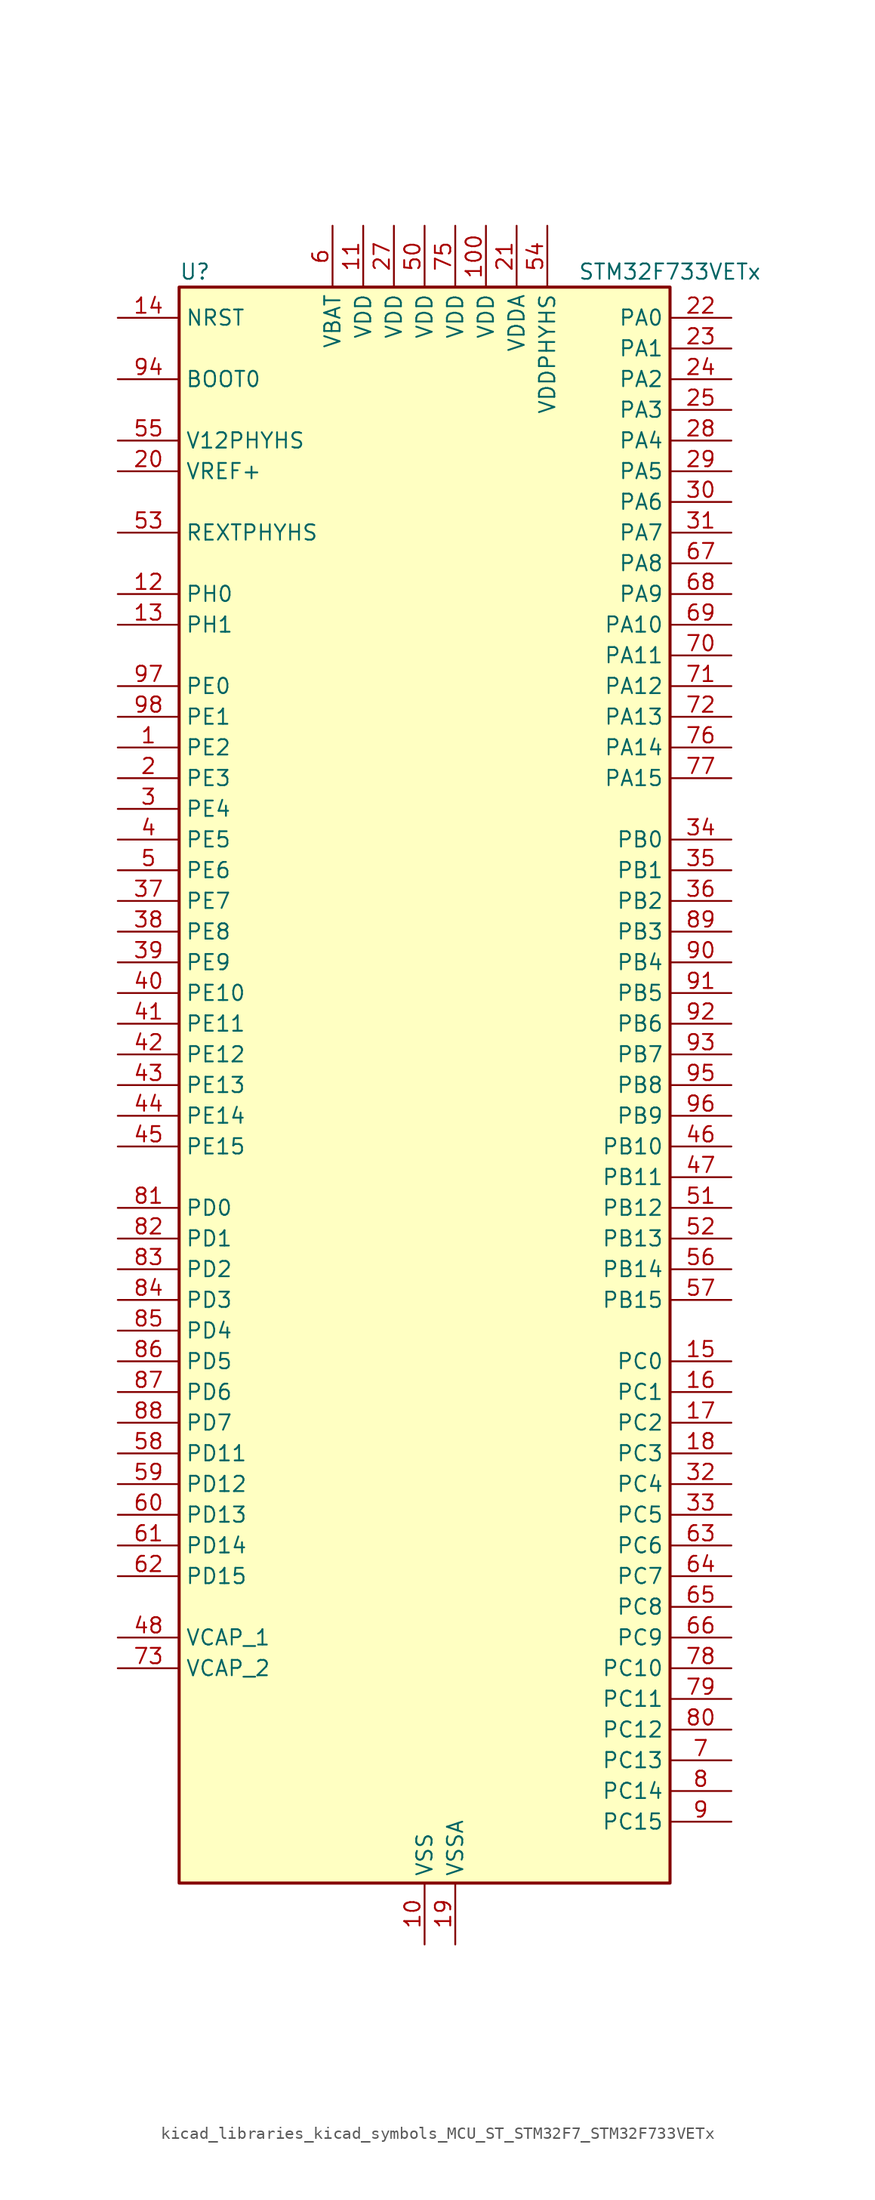
<source format=kicad_sym>
(kicad_symbol_lib
  (version 20220914)
  (generator kicad_symbol_editor)
  (symbol "kicad_libraries_kicad_symbols_MCU_ST_STM32F7_STM32F733VETx"
    (property "Reference" "U"
      (at -20.32 67.31 0)
      (effects (font (size 1.27 1.27)) (justify left)))
    (property "Value" "STM32F733VETx"
      (at 12.7 67.31 0)
      (effects (font (size 1.27 1.27)) (justify left)))
    (property "ki_locked" ""
      (at 0 0 0)
      (effects (font (size 1.27 1.27))))
    (symbol "kicad_libraries_kicad_symbols_MCU_ST_STM32F7_STM32F733VETx_0_1"
      (rectangle (start -20.32 -66.04) (end 20.32 66.04) (stroke (width 0.254) (type default)) (fill (type background))))
    (symbol "kicad_libraries_kicad_symbols_MCU_ST_STM32F7_STM32F733VETx_1_1"
      (pin bidirectional line (at -25.4 27.94 0) (length 5.08) (name "PE2" (effects (font (size 1.27 1.27)))) (number "1" (effects (font (size 1.27 1.27)))) (alternate "FMC_A23" bidirectional line) (alternate "QUADSPI_BK1_IO2" bidirectional line) (alternate "SAI1_MCLK_A" bidirectional line) (alternate "SPI4_SCK" bidirectional line) (alternate "SYS_TRACECLK" bidirectional line))
      (pin power_in line (at 0 -71.12 90) (length 5.08) (name "VSS" (effects (font (size 1.27 1.27)))) (number "10" (effects (font (size 1.27 1.27)))))
      (pin power_in line (at 5.08 71.12 270) (length 5.08) (name "VDD" (effects (font (size 1.27 1.27)))) (number "100" (effects (font (size 1.27 1.27)))))
      (pin power_in line (at -5.08 71.12 270) (length 5.08) (name "VDD" (effects (font (size 1.27 1.27)))) (number "11" (effects (font (size 1.27 1.27)))))
      (pin bidirectional line (at -25.4 40.64 0) (length 5.08) (name "PH0" (effects (font (size 1.27 1.27)))) (number "12" (effects (font (size 1.27 1.27)))) (alternate "RCC_OSC_IN" bidirectional line))
      (pin bidirectional line (at -25.4 38.1 0) (length 5.08) (name "PH1" (effects (font (size 1.27 1.27)))) (number "13" (effects (font (size 1.27 1.27)))) (alternate "RCC_OSC_OUT" bidirectional line))
      (pin input line (at -25.4 63.5 0) (length 5.08) (name "NRST" (effects (font (size 1.27 1.27)))) (number "14" (effects (font (size 1.27 1.27)))))
      (pin bidirectional line (at 25.4 -22.86 180) (length 5.08) (name "PC0" (effects (font (size 1.27 1.27)))) (number "15" (effects (font (size 1.27 1.27)))) (alternate "ADC1_IN10" bidirectional line) (alternate "ADC2_IN10" bidirectional line) (alternate "ADC3_IN10" bidirectional line) (alternate "FMC_SDNWE" bidirectional line) (alternate "SAI2_FS_B" bidirectional line))
      (pin bidirectional line (at 25.4 -25.4 180) (length 5.08) (name "PC1" (effects (font (size 1.27 1.27)))) (number "16" (effects (font (size 1.27 1.27)))) (alternate "ADC1_IN11" bidirectional line) (alternate "ADC2_IN11" bidirectional line) (alternate "ADC3_IN11" bidirectional line) (alternate "I2S2_SD" bidirectional line) (alternate "RTC_TAMP3" bidirectional line) (alternate "RTC_TS" bidirectional line) (alternate "SAI1_SD_A" bidirectional line) (alternate "SPI2_MOSI" bidirectional line) (alternate "SYS_TRACED0" bidirectional line) (alternate "SYS_WKUP3" bidirectional line))
      (pin bidirectional line (at 25.4 -27.94 180) (length 5.08) (name "PC2" (effects (font (size 1.27 1.27)))) (number "17" (effects (font (size 1.27 1.27)))) (alternate "ADC1_IN12" bidirectional line) (alternate "ADC2_IN12" bidirectional line) (alternate "ADC3_IN12" bidirectional line) (alternate "FMC_SDNE0" bidirectional line) (alternate "SPI2_MISO" bidirectional line))
      (pin bidirectional line (at 25.4 -30.48 180) (length 5.08) (name "PC3" (effects (font (size 1.27 1.27)))) (number "18" (effects (font (size 1.27 1.27)))) (alternate "ADC1_IN13" bidirectional line) (alternate "ADC2_IN13" bidirectional line) (alternate "ADC3_IN13" bidirectional line) (alternate "FMC_SDCKE0" bidirectional line) (alternate "I2S2_SD" bidirectional line) (alternate "SPI2_MOSI" bidirectional line))
      (pin power_in line (at 2.54 -71.12 90) (length 5.08) (name "VSSA" (effects (font (size 1.27 1.27)))) (number "19" (effects (font (size 1.27 1.27)))))
      (pin bidirectional line (at -25.4 25.4 0) (length 5.08) (name "PE3" (effects (font (size 1.27 1.27)))) (number "2" (effects (font (size 1.27 1.27)))) (alternate "FMC_A19" bidirectional line) (alternate "SAI1_SD_B" bidirectional line) (alternate "SYS_TRACED0" bidirectional line))
      (pin input line (at -25.4 50.8 0) (length 5.08) (name "VREF+" (effects (font (size 1.27 1.27)))) (number "20" (effects (font (size 1.27 1.27)))))
      (pin power_in line (at 7.62 71.12 270) (length 5.08) (name "VDDA" (effects (font (size 1.27 1.27)))) (number "21" (effects (font (size 1.27 1.27)))))
      (pin bidirectional line (at 25.4 63.5 180) (length 5.08) (name "PA0" (effects (font (size 1.27 1.27)))) (number "22" (effects (font (size 1.27 1.27)))) (alternate "ADC1_IN0" bidirectional line) (alternate "ADC2_IN0" bidirectional line) (alternate "ADC3_IN0" bidirectional line) (alternate "SAI2_SD_B" bidirectional line) (alternate "SYS_WKUP1" bidirectional line) (alternate "TIM2_CH1" bidirectional line) (alternate "TIM2_ETR" bidirectional line) (alternate "TIM5_CH1" bidirectional line) (alternate "TIM8_ETR" bidirectional line) (alternate "UART4_TX" bidirectional line) (alternate "USART2_CTS" bidirectional line))
      (pin bidirectional line (at 25.4 60.96 180) (length 5.08) (name "PA1" (effects (font (size 1.27 1.27)))) (number "23" (effects (font (size 1.27 1.27)))) (alternate "ADC1_IN1" bidirectional line) (alternate "ADC2_IN1" bidirectional line) (alternate "ADC3_IN1" bidirectional line) (alternate "QUADSPI_BK1_IO3" bidirectional line) (alternate "SAI2_MCLK_B" bidirectional line) (alternate "TIM2_CH2" bidirectional line) (alternate "TIM5_CH2" bidirectional line) (alternate "UART4_RX" bidirectional line) (alternate "USART2_DE" bidirectional line) (alternate "USART2_RTS" bidirectional line))
      (pin bidirectional line (at 25.4 58.42 180) (length 5.08) (name "PA2" (effects (font (size 1.27 1.27)))) (number "24" (effects (font (size 1.27 1.27)))) (alternate "ADC1_IN2" bidirectional line) (alternate "ADC2_IN2" bidirectional line) (alternate "ADC3_IN2" bidirectional line) (alternate "SAI2_SCK_B" bidirectional line) (alternate "SYS_WKUP2" bidirectional line) (alternate "TIM2_CH3" bidirectional line) (alternate "TIM5_CH3" bidirectional line) (alternate "TIM9_CH1" bidirectional line) (alternate "USART2_TX" bidirectional line))
      (pin bidirectional line (at 25.4 55.88 180) (length 5.08) (name "PA3" (effects (font (size 1.27 1.27)))) (number "25" (effects (font (size 1.27 1.27)))) (alternate "ADC1_IN3" bidirectional line) (alternate "ADC2_IN3" bidirectional line) (alternate "ADC3_IN3" bidirectional line) (alternate "TIM2_CH4" bidirectional line) (alternate "TIM5_CH4" bidirectional line) (alternate "TIM9_CH2" bidirectional line) (alternate "USART2_RX" bidirectional line))
      (pin passive line (at 0 -71.12 90) (length 5.08) hide (name "VSS" (effects (font (size 1.27 1.27)))) (number "26" (effects (font (size 1.27 1.27)))))
      (pin power_in line (at -2.54 71.12 270) (length 5.08) (name "VDD" (effects (font (size 1.27 1.27)))) (number "27" (effects (font (size 1.27 1.27)))))
      (pin bidirectional line (at 25.4 53.34 180) (length 5.08) (name "PA4" (effects (font (size 1.27 1.27)))) (number "28" (effects (font (size 1.27 1.27)))) (alternate "ADC1_IN4" bidirectional line) (alternate "ADC2_IN4" bidirectional line) (alternate "DAC_OUT1" bidirectional line) (alternate "I2S1_WS" bidirectional line) (alternate "I2S3_WS" bidirectional line) (alternate "SPI1_NSS" bidirectional line) (alternate "SPI3_NSS" bidirectional line) (alternate "USART2_CK" bidirectional line) (alternate "USB_OTG_HS_SOF" bidirectional line))
      (pin bidirectional line (at 25.4 50.8 180) (length 5.08) (name "PA5" (effects (font (size 1.27 1.27)))) (number "29" (effects (font (size 1.27 1.27)))) (alternate "ADC1_IN5" bidirectional line) (alternate "ADC2_IN5" bidirectional line) (alternate "DAC_OUT2" bidirectional line) (alternate "I2S1_CK" bidirectional line) (alternate "SPI1_SCK" bidirectional line) (alternate "TIM2_CH1" bidirectional line) (alternate "TIM2_ETR" bidirectional line) (alternate "TIM8_CH1N" bidirectional line))
      (pin bidirectional line (at -25.4 22.86 0) (length 5.08) (name "PE4" (effects (font (size 1.27 1.27)))) (number "3" (effects (font (size 1.27 1.27)))) (alternate "FMC_A20" bidirectional line) (alternate "SAI1_FS_A" bidirectional line) (alternate "SPI4_NSS" bidirectional line) (alternate "SYS_TRACED1" bidirectional line))
      (pin bidirectional line (at 25.4 48.26 180) (length 5.08) (name "PA6" (effects (font (size 1.27 1.27)))) (number "30" (effects (font (size 1.27 1.27)))) (alternate "ADC1_IN6" bidirectional line) (alternate "ADC2_IN6" bidirectional line) (alternate "SPI1_MISO" bidirectional line) (alternate "TIM13_CH1" bidirectional line) (alternate "TIM1_BKIN" bidirectional line) (alternate "TIM3_CH1" bidirectional line) (alternate "TIM8_BKIN" bidirectional line))
      (pin bidirectional line (at 25.4 45.72 180) (length 5.08) (name "PA7" (effects (font (size 1.27 1.27)))) (number "31" (effects (font (size 1.27 1.27)))) (alternate "ADC1_IN7" bidirectional line) (alternate "ADC2_IN7" bidirectional line) (alternate "FMC_SDNWE" bidirectional line) (alternate "I2S1_SD" bidirectional line) (alternate "SPI1_MOSI" bidirectional line) (alternate "TIM14_CH1" bidirectional line) (alternate "TIM1_CH1N" bidirectional line) (alternate "TIM3_CH2" bidirectional line) (alternate "TIM8_CH1N" bidirectional line))
      (pin bidirectional line (at 25.4 -33.02 180) (length 5.08) (name "PC4" (effects (font (size 1.27 1.27)))) (number "32" (effects (font (size 1.27 1.27)))) (alternate "ADC1_IN14" bidirectional line) (alternate "ADC2_IN14" bidirectional line) (alternate "FMC_SDNE0" bidirectional line) (alternate "I2S1_MCK" bidirectional line))
      (pin bidirectional line (at 25.4 -35.56 180) (length 5.08) (name "PC5" (effects (font (size 1.27 1.27)))) (number "33" (effects (font (size 1.27 1.27)))) (alternate "ADC1_IN15" bidirectional line) (alternate "ADC2_IN15" bidirectional line) (alternate "FMC_SDCKE0" bidirectional line))
      (pin bidirectional line (at 25.4 20.32 180) (length 5.08) (name "PB0" (effects (font (size 1.27 1.27)))) (number "34" (effects (font (size 1.27 1.27)))) (alternate "ADC1_IN8" bidirectional line) (alternate "ADC2_IN8" bidirectional line) (alternate "TIM1_CH2N" bidirectional line) (alternate "TIM3_CH3" bidirectional line) (alternate "TIM8_CH2N" bidirectional line) (alternate "UART4_CTS" bidirectional line))
      (pin bidirectional line (at 25.4 17.78 180) (length 5.08) (name "PB1" (effects (font (size 1.27 1.27)))) (number "35" (effects (font (size 1.27 1.27)))) (alternate "ADC1_IN9" bidirectional line) (alternate "ADC2_IN9" bidirectional line) (alternate "TIM1_CH3N" bidirectional line) (alternate "TIM3_CH4" bidirectional line) (alternate "TIM8_CH3N" bidirectional line))
      (pin bidirectional line (at 25.4 15.24 180) (length 5.08) (name "PB2" (effects (font (size 1.27 1.27)))) (number "36" (effects (font (size 1.27 1.27)))) (alternate "I2S3_SD" bidirectional line) (alternate "QUADSPI_CLK" bidirectional line) (alternate "SAI1_SD_A" bidirectional line) (alternate "SPI3_MOSI" bidirectional line))
      (pin bidirectional line (at -25.4 15.24 0) (length 5.08) (name "PE7" (effects (font (size 1.27 1.27)))) (number "37" (effects (font (size 1.27 1.27)))) (alternate "FMC_D4" bidirectional line) (alternate "FMC_DA4" bidirectional line) (alternate "QUADSPI_BK2_IO0" bidirectional line) (alternate "TIM1_ETR" bidirectional line) (alternate "UART7_RX" bidirectional line))
      (pin bidirectional line (at -25.4 12.7 0) (length 5.08) (name "PE8" (effects (font (size 1.27 1.27)))) (number "38" (effects (font (size 1.27 1.27)))) (alternate "FMC_D5" bidirectional line) (alternate "FMC_DA5" bidirectional line) (alternate "QUADSPI_BK2_IO1" bidirectional line) (alternate "TIM1_CH1N" bidirectional line) (alternate "UART7_TX" bidirectional line))
      (pin bidirectional line (at -25.4 10.16 0) (length 5.08) (name "PE9" (effects (font (size 1.27 1.27)))) (number "39" (effects (font (size 1.27 1.27)))) (alternate "DAC_EXTI9" bidirectional line) (alternate "FMC_D6" bidirectional line) (alternate "FMC_DA6" bidirectional line) (alternate "QUADSPI_BK2_IO2" bidirectional line) (alternate "TIM1_CH1" bidirectional line) (alternate "UART7_DE" bidirectional line) (alternate "UART7_RTS" bidirectional line))
      (pin bidirectional line (at -25.4 20.32 0) (length 5.08) (name "PE5" (effects (font (size 1.27 1.27)))) (number "4" (effects (font (size 1.27 1.27)))) (alternate "FMC_A21" bidirectional line) (alternate "SAI1_SCK_A" bidirectional line) (alternate "SPI4_MISO" bidirectional line) (alternate "SYS_TRACED2" bidirectional line) (alternate "TIM9_CH1" bidirectional line))
      (pin bidirectional line (at -25.4 7.62 0) (length 5.08) (name "PE10" (effects (font (size 1.27 1.27)))) (number "40" (effects (font (size 1.27 1.27)))) (alternate "FMC_D7" bidirectional line) (alternate "FMC_DA7" bidirectional line) (alternate "QUADSPI_BK2_IO3" bidirectional line) (alternate "TIM1_CH2N" bidirectional line) (alternate "UART7_CTS" bidirectional line))
      (pin bidirectional line (at -25.4 5.08 0) (length 5.08) (name "PE11" (effects (font (size 1.27 1.27)))) (number "41" (effects (font (size 1.27 1.27)))) (alternate "ADC1_EXTI11" bidirectional line) (alternate "ADC2_EXTI11" bidirectional line) (alternate "ADC3_EXTI11" bidirectional line) (alternate "FMC_D8" bidirectional line) (alternate "FMC_DA8" bidirectional line) (alternate "SAI2_SD_B" bidirectional line) (alternate "SPI4_NSS" bidirectional line) (alternate "TIM1_CH2" bidirectional line))
      (pin bidirectional line (at -25.4 2.54 0) (length 5.08) (name "PE12" (effects (font (size 1.27 1.27)))) (number "42" (effects (font (size 1.27 1.27)))) (alternate "FMC_D9" bidirectional line) (alternate "FMC_DA9" bidirectional line) (alternate "SAI2_SCK_B" bidirectional line) (alternate "SPI4_SCK" bidirectional line) (alternate "TIM1_CH3N" bidirectional line))
      (pin bidirectional line (at -25.4 0 0) (length 5.08) (name "PE13" (effects (font (size 1.27 1.27)))) (number "43" (effects (font (size 1.27 1.27)))) (alternate "FMC_D10" bidirectional line) (alternate "FMC_DA10" bidirectional line) (alternate "SAI2_FS_B" bidirectional line) (alternate "SPI4_MISO" bidirectional line) (alternate "TIM1_CH3" bidirectional line))
      (pin bidirectional line (at -25.4 -2.54 0) (length 5.08) (name "PE14" (effects (font (size 1.27 1.27)))) (number "44" (effects (font (size 1.27 1.27)))) (alternate "FMC_D11" bidirectional line) (alternate "FMC_DA11" bidirectional line) (alternate "SAI2_MCLK_B" bidirectional line) (alternate "SPI4_MOSI" bidirectional line) (alternate "TIM1_CH4" bidirectional line))
      (pin bidirectional line (at -25.4 -5.08 0) (length 5.08) (name "PE15" (effects (font (size 1.27 1.27)))) (number "45" (effects (font (size 1.27 1.27)))) (alternate "FMC_D12" bidirectional line) (alternate "FMC_DA12" bidirectional line) (alternate "TIM1_BKIN" bidirectional line))
      (pin bidirectional line (at 25.4 -5.08 180) (length 5.08) (name "PB10" (effects (font (size 1.27 1.27)))) (number "46" (effects (font (size 1.27 1.27)))) (alternate "I2C2_SCL" bidirectional line) (alternate "I2S2_CK" bidirectional line) (alternate "SPI2_SCK" bidirectional line) (alternate "TIM2_CH3" bidirectional line) (alternate "USART3_TX" bidirectional line))
      (pin bidirectional line (at 25.4 -7.62 180) (length 5.08) (name "PB11" (effects (font (size 1.27 1.27)))) (number "47" (effects (font (size 1.27 1.27)))) (alternate "ADC1_EXTI11" bidirectional line) (alternate "ADC2_EXTI11" bidirectional line) (alternate "ADC3_EXTI11" bidirectional line) (alternate "I2C2_SDA" bidirectional line) (alternate "TIM2_CH4" bidirectional line) (alternate "USART3_RX" bidirectional line))
      (pin power_out line (at -25.4 -45.72 0) (length 5.08) (name "VCAP_1" (effects (font (size 1.27 1.27)))) (number "48" (effects (font (size 1.27 1.27)))))
      (pin passive line (at 0 -71.12 90) (length 5.08) hide (name "VSS" (effects (font (size 1.27 1.27)))) (number "49" (effects (font (size 1.27 1.27)))))
      (pin bidirectional line (at -25.4 17.78 0) (length 5.08) (name "PE6" (effects (font (size 1.27 1.27)))) (number "5" (effects (font (size 1.27 1.27)))) (alternate "FMC_A22" bidirectional line) (alternate "SAI1_SD_A" bidirectional line) (alternate "SAI2_MCLK_B" bidirectional line) (alternate "SPI4_MOSI" bidirectional line) (alternate "SYS_TRACED3" bidirectional line) (alternate "TIM1_BKIN2" bidirectional line) (alternate "TIM9_CH2" bidirectional line))
      (pin power_in line (at 0 71.12 270) (length 5.08) (name "VDD" (effects (font (size 1.27 1.27)))) (number "50" (effects (font (size 1.27 1.27)))))
      (pin bidirectional line (at 25.4 -10.16 180) (length 5.08) (name "PB12" (effects (font (size 1.27 1.27)))) (number "51" (effects (font (size 1.27 1.27)))) (alternate "I2C2_SMBA" bidirectional line) (alternate "I2S2_WS" bidirectional line) (alternate "SPI2_NSS" bidirectional line) (alternate "TIM1_BKIN" bidirectional line) (alternate "USART3_CK" bidirectional line) (alternate "USB_OTG_HS_ID" bidirectional line))
      (pin bidirectional line (at 25.4 -12.7 180) (length 5.08) (name "PB13" (effects (font (size 1.27 1.27)))) (number "52" (effects (font (size 1.27 1.27)))) (alternate "I2S2_CK" bidirectional line) (alternate "SPI2_SCK" bidirectional line) (alternate "TIM1_CH1N" bidirectional line) (alternate "USART3_CTS" bidirectional line) (alternate "USB_OTG_HS_VBUS" bidirectional line))
      (pin bidirectional line (at -25.4 45.72 0) (length 5.08) (name "REXTPHYHS" (effects (font (size 1.27 1.27)))) (number "53" (effects (font (size 1.27 1.27)))) (alternate "USB_OTG_HS_REXTPHYHS" bidirectional line))
      (pin power_in line (at 10.16 71.12 270) (length 5.08) (name "VDDPHYHS" (effects (font (size 1.27 1.27)))) (number "54" (effects (font (size 1.27 1.27)))))
      (pin power_in line (at -25.4 53.34 0) (length 5.08) (name "V12PHYHS" (effects (font (size 1.27 1.27)))) (number "55" (effects (font (size 1.27 1.27)))))
      (pin bidirectional line (at 25.4 -15.24 180) (length 5.08) (name "PB14" (effects (font (size 1.27 1.27)))) (number "56" (effects (font (size 1.27 1.27)))) (alternate "USB_OTG_HS_DM" bidirectional line))
      (pin bidirectional line (at 25.4 -17.78 180) (length 5.08) (name "PB15" (effects (font (size 1.27 1.27)))) (number "57" (effects (font (size 1.27 1.27)))) (alternate "USB_OTG_HS_DP" bidirectional line))
      (pin bidirectional line (at -25.4 -30.48 0) (length 5.08) (name "PD11" (effects (font (size 1.27 1.27)))) (number "58" (effects (font (size 1.27 1.27)))) (alternate "ADC1_EXTI11" bidirectional line) (alternate "ADC2_EXTI11" bidirectional line) (alternate "ADC3_EXTI11" bidirectional line) (alternate "FMC_A16" bidirectional line) (alternate "FMC_CLE" bidirectional line) (alternate "QUADSPI_BK1_IO0" bidirectional line) (alternate "SAI2_SD_A" bidirectional line) (alternate "USART3_CTS" bidirectional line))
      (pin bidirectional line (at -25.4 -33.02 0) (length 5.08) (name "PD12" (effects (font (size 1.27 1.27)))) (number "59" (effects (font (size 1.27 1.27)))) (alternate "FMC_A17" bidirectional line) (alternate "FMC_ALE" bidirectional line) (alternate "LPTIM1_IN1" bidirectional line) (alternate "QUADSPI_BK1_IO1" bidirectional line) (alternate "SAI2_FS_A" bidirectional line) (alternate "TIM4_CH1" bidirectional line) (alternate "USART3_DE" bidirectional line) (alternate "USART3_RTS" bidirectional line))
      (pin power_in line (at -7.62 71.12 270) (length 5.08) (name "VBAT" (effects (font (size 1.27 1.27)))) (number "6" (effects (font (size 1.27 1.27)))))
      (pin bidirectional line (at -25.4 -35.56 0) (length 5.08) (name "PD13" (effects (font (size 1.27 1.27)))) (number "60" (effects (font (size 1.27 1.27)))) (alternate "FMC_A18" bidirectional line) (alternate "LPTIM1_OUT" bidirectional line) (alternate "QUADSPI_BK1_IO3" bidirectional line) (alternate "SAI2_SCK_A" bidirectional line) (alternate "TIM4_CH2" bidirectional line))
      (pin bidirectional line (at -25.4 -38.1 0) (length 5.08) (name "PD14" (effects (font (size 1.27 1.27)))) (number "61" (effects (font (size 1.27 1.27)))) (alternate "FMC_D0" bidirectional line) (alternate "FMC_DA0" bidirectional line) (alternate "TIM4_CH3" bidirectional line) (alternate "UART8_CTS" bidirectional line))
      (pin bidirectional line (at -25.4 -40.64 0) (length 5.08) (name "PD15" (effects (font (size 1.27 1.27)))) (number "62" (effects (font (size 1.27 1.27)))) (alternate "FMC_D1" bidirectional line) (alternate "FMC_DA1" bidirectional line) (alternate "TIM4_CH4" bidirectional line) (alternate "UART8_DE" bidirectional line) (alternate "UART8_RTS" bidirectional line))
      (pin bidirectional line (at 25.4 -38.1 180) (length 5.08) (name "PC6" (effects (font (size 1.27 1.27)))) (number "63" (effects (font (size 1.27 1.27)))) (alternate "I2S2_MCK" bidirectional line) (alternate "SDMMC1_D6" bidirectional line) (alternate "TIM3_CH1" bidirectional line) (alternate "TIM8_CH1" bidirectional line) (alternate "USART6_TX" bidirectional line))
      (pin bidirectional line (at 25.4 -40.64 180) (length 5.08) (name "PC7" (effects (font (size 1.27 1.27)))) (number "64" (effects (font (size 1.27 1.27)))) (alternate "I2S3_MCK" bidirectional line) (alternate "SDMMC1_D7" bidirectional line) (alternate "TIM3_CH2" bidirectional line) (alternate "TIM8_CH2" bidirectional line) (alternate "USART6_RX" bidirectional line))
      (pin bidirectional line (at 25.4 -43.18 180) (length 5.08) (name "PC8" (effects (font (size 1.27 1.27)))) (number "65" (effects (font (size 1.27 1.27)))) (alternate "SDMMC1_D0" bidirectional line) (alternate "SYS_TRACED1" bidirectional line) (alternate "TIM3_CH3" bidirectional line) (alternate "TIM8_CH3" bidirectional line) (alternate "UART5_DE" bidirectional line) (alternate "UART5_RTS" bidirectional line) (alternate "USART6_CK" bidirectional line))
      (pin bidirectional line (at 25.4 -45.72 180) (length 5.08) (name "PC9" (effects (font (size 1.27 1.27)))) (number "66" (effects (font (size 1.27 1.27)))) (alternate "DAC_EXTI9" bidirectional line) (alternate "I2C3_SDA" bidirectional line) (alternate "I2S_CKIN" bidirectional line) (alternate "QUADSPI_BK1_IO0" bidirectional line) (alternate "RCC_MCO_2" bidirectional line) (alternate "SDMMC1_D1" bidirectional line) (alternate "TIM3_CH4" bidirectional line) (alternate "TIM8_CH4" bidirectional line) (alternate "UART5_CTS" bidirectional line))
      (pin bidirectional line (at 25.4 43.18 180) (length 5.08) (name "PA8" (effects (font (size 1.27 1.27)))) (number "67" (effects (font (size 1.27 1.27)))) (alternate "I2C3_SCL" bidirectional line) (alternate "RCC_MCO_1" bidirectional line) (alternate "TIM1_CH1" bidirectional line) (alternate "TIM8_BKIN2" bidirectional line) (alternate "USART1_CK" bidirectional line) (alternate "USB_OTG_FS_SOF" bidirectional line))
      (pin bidirectional line (at 25.4 40.64 180) (length 5.08) (name "PA9" (effects (font (size 1.27 1.27)))) (number "68" (effects (font (size 1.27 1.27)))) (alternate "DAC_EXTI9" bidirectional line) (alternate "I2C3_SMBA" bidirectional line) (alternate "I2S2_CK" bidirectional line) (alternate "SPI2_SCK" bidirectional line) (alternate "TIM1_CH2" bidirectional line) (alternate "USART1_TX" bidirectional line) (alternate "USB_OTG_FS_VBUS" bidirectional line))
      (pin bidirectional line (at 25.4 38.1 180) (length 5.08) (name "PA10" (effects (font (size 1.27 1.27)))) (number "69" (effects (font (size 1.27 1.27)))) (alternate "TIM1_CH3" bidirectional line) (alternate "USART1_RX" bidirectional line) (alternate "USB_OTG_FS_ID" bidirectional line))
      (pin bidirectional line (at 25.4 -55.88 180) (length 5.08) (name "PC13" (effects (font (size 1.27 1.27)))) (number "7" (effects (font (size 1.27 1.27)))) (alternate "RTC_OUT" bidirectional line) (alternate "RTC_TAMP1" bidirectional line) (alternate "RTC_TS" bidirectional line) (alternate "SYS_WKUP4" bidirectional line))
      (pin bidirectional line (at 25.4 35.56 180) (length 5.08) (name "PA11" (effects (font (size 1.27 1.27)))) (number "70" (effects (font (size 1.27 1.27)))) (alternate "ADC1_EXTI11" bidirectional line) (alternate "ADC2_EXTI11" bidirectional line) (alternate "ADC3_EXTI11" bidirectional line) (alternate "CAN1_RX" bidirectional line) (alternate "TIM1_CH4" bidirectional line) (alternate "USART1_CTS" bidirectional line) (alternate "USB_OTG_FS_DM" bidirectional line))
      (pin bidirectional line (at 25.4 33.02 180) (length 5.08) (name "PA12" (effects (font (size 1.27 1.27)))) (number "71" (effects (font (size 1.27 1.27)))) (alternate "CAN1_TX" bidirectional line) (alternate "SAI2_FS_B" bidirectional line) (alternate "TIM1_ETR" bidirectional line) (alternate "USART1_DE" bidirectional line) (alternate "USART1_RTS" bidirectional line) (alternate "USB_OTG_FS_DP" bidirectional line))
      (pin bidirectional line (at 25.4 30.48 180) (length 5.08) (name "PA13" (effects (font (size 1.27 1.27)))) (number "72" (effects (font (size 1.27 1.27)))) (alternate "SYS_JTMS-SWDIO" bidirectional line))
      (pin power_out line (at -25.4 -48.26 0) (length 5.08) (name "VCAP_2" (effects (font (size 1.27 1.27)))) (number "73" (effects (font (size 1.27 1.27)))))
      (pin passive line (at 0 -71.12 90) (length 5.08) hide (name "VSS" (effects (font (size 1.27 1.27)))) (number "74" (effects (font (size 1.27 1.27)))))
      (pin power_in line (at 2.54 71.12 270) (length 5.08) (name "VDD" (effects (font (size 1.27 1.27)))) (number "75" (effects (font (size 1.27 1.27)))))
      (pin bidirectional line (at 25.4 27.94 180) (length 5.08) (name "PA14" (effects (font (size 1.27 1.27)))) (number "76" (effects (font (size 1.27 1.27)))) (alternate "SYS_JTCK-SWCLK" bidirectional line))
      (pin bidirectional line (at 25.4 25.4 180) (length 5.08) (name "PA15" (effects (font (size 1.27 1.27)))) (number "77" (effects (font (size 1.27 1.27)))) (alternate "I2S1_WS" bidirectional line) (alternate "I2S3_WS" bidirectional line) (alternate "SPI1_NSS" bidirectional line) (alternate "SPI3_NSS" bidirectional line) (alternate "SYS_JTDI" bidirectional line) (alternate "TIM2_CH1" bidirectional line) (alternate "TIM2_ETR" bidirectional line) (alternate "UART4_DE" bidirectional line) (alternate "UART4_RTS" bidirectional line))
      (pin bidirectional line (at 25.4 -48.26 180) (length 5.08) (name "PC10" (effects (font (size 1.27 1.27)))) (number "78" (effects (font (size 1.27 1.27)))) (alternate "I2S3_CK" bidirectional line) (alternate "QUADSPI_BK1_IO1" bidirectional line) (alternate "SDMMC1_D2" bidirectional line) (alternate "SPI3_SCK" bidirectional line) (alternate "UART4_TX" bidirectional line) (alternate "USART3_TX" bidirectional line))
      (pin bidirectional line (at 25.4 -50.8 180) (length 5.08) (name "PC11" (effects (font (size 1.27 1.27)))) (number "79" (effects (font (size 1.27 1.27)))) (alternate "ADC1_EXTI11" bidirectional line) (alternate "ADC2_EXTI11" bidirectional line) (alternate "ADC3_EXTI11" bidirectional line) (alternate "QUADSPI_BK2_NCS" bidirectional line) (alternate "SDMMC1_D3" bidirectional line) (alternate "SPI3_MISO" bidirectional line) (alternate "UART4_RX" bidirectional line) (alternate "USART3_RX" bidirectional line))
      (pin bidirectional line (at 25.4 -58.42 180) (length 5.08) (name "PC14" (effects (font (size 1.27 1.27)))) (number "8" (effects (font (size 1.27 1.27)))) (alternate "RCC_OSC32_IN" bidirectional line))
      (pin bidirectional line (at 25.4 -53.34 180) (length 5.08) (name "PC12" (effects (font (size 1.27 1.27)))) (number "80" (effects (font (size 1.27 1.27)))) (alternate "I2S3_SD" bidirectional line) (alternate "SDMMC1_CK" bidirectional line) (alternate "SPI3_MOSI" bidirectional line) (alternate "SYS_TRACED3" bidirectional line) (alternate "UART5_TX" bidirectional line) (alternate "USART3_CK" bidirectional line))
      (pin bidirectional line (at -25.4 -10.16 0) (length 5.08) (name "PD0" (effects (font (size 1.27 1.27)))) (number "81" (effects (font (size 1.27 1.27)))) (alternate "CAN1_RX" bidirectional line) (alternate "FMC_D2" bidirectional line) (alternate "FMC_DA2" bidirectional line))
      (pin bidirectional line (at -25.4 -12.7 0) (length 5.08) (name "PD1" (effects (font (size 1.27 1.27)))) (number "82" (effects (font (size 1.27 1.27)))) (alternate "CAN1_TX" bidirectional line) (alternate "FMC_D3" bidirectional line) (alternate "FMC_DA3" bidirectional line))
      (pin bidirectional line (at -25.4 -15.24 0) (length 5.08) (name "PD2" (effects (font (size 1.27 1.27)))) (number "83" (effects (font (size 1.27 1.27)))) (alternate "SDMMC1_CMD" bidirectional line) (alternate "SYS_TRACED2" bidirectional line) (alternate "TIM3_ETR" bidirectional line) (alternate "UART5_RX" bidirectional line))
      (pin bidirectional line (at -25.4 -17.78 0) (length 5.08) (name "PD3" (effects (font (size 1.27 1.27)))) (number "84" (effects (font (size 1.27 1.27)))) (alternate "FMC_CLK" bidirectional line) (alternate "I2S2_CK" bidirectional line) (alternate "SPI2_SCK" bidirectional line) (alternate "USART2_CTS" bidirectional line))
      (pin bidirectional line (at -25.4 -20.32 0) (length 5.08) (name "PD4" (effects (font (size 1.27 1.27)))) (number "85" (effects (font (size 1.27 1.27)))) (alternate "FMC_NOE" bidirectional line) (alternate "USART2_DE" bidirectional line) (alternate "USART2_RTS" bidirectional line))
      (pin bidirectional line (at -25.4 -22.86 0) (length 5.08) (name "PD5" (effects (font (size 1.27 1.27)))) (number "86" (effects (font (size 1.27 1.27)))) (alternate "FMC_NWE" bidirectional line) (alternate "USART2_TX" bidirectional line))
      (pin bidirectional line (at -25.4 -25.4 0) (length 5.08) (name "PD6" (effects (font (size 1.27 1.27)))) (number "87" (effects (font (size 1.27 1.27)))) (alternate "FMC_NWAIT" bidirectional line) (alternate "I2S3_SD" bidirectional line) (alternate "SAI1_SD_A" bidirectional line) (alternate "SPI3_MOSI" bidirectional line) (alternate "USART2_RX" bidirectional line))
      (pin bidirectional line (at -25.4 -27.94 0) (length 5.08) (name "PD7" (effects (font (size 1.27 1.27)))) (number "88" (effects (font (size 1.27 1.27)))) (alternate "FMC_NE1" bidirectional line) (alternate "USART2_CK" bidirectional line))
      (pin bidirectional line (at 25.4 12.7 180) (length 5.08) (name "PB3" (effects (font (size 1.27 1.27)))) (number "89" (effects (font (size 1.27 1.27)))) (alternate "I2S1_CK" bidirectional line) (alternate "I2S3_CK" bidirectional line) (alternate "SPI1_SCK" bidirectional line) (alternate "SPI3_SCK" bidirectional line) (alternate "SYS_JTDO-SWO" bidirectional line) (alternate "TIM2_CH2" bidirectional line))
      (pin bidirectional line (at 25.4 -60.96 180) (length 5.08) (name "PC15" (effects (font (size 1.27 1.27)))) (number "9" (effects (font (size 1.27 1.27)))) (alternate "RCC_OSC32_OUT" bidirectional line))
      (pin bidirectional line (at 25.4 10.16 180) (length 5.08) (name "PB4" (effects (font (size 1.27 1.27)))) (number "90" (effects (font (size 1.27 1.27)))) (alternate "I2S2_WS" bidirectional line) (alternate "SPI1_MISO" bidirectional line) (alternate "SPI2_NSS" bidirectional line) (alternate "SPI3_MISO" bidirectional line) (alternate "SYS_JTRST" bidirectional line) (alternate "TIM3_CH1" bidirectional line))
      (pin bidirectional line (at 25.4 7.62 180) (length 5.08) (name "PB5" (effects (font (size 1.27 1.27)))) (number "91" (effects (font (size 1.27 1.27)))) (alternate "FMC_SDCKE1" bidirectional line) (alternate "I2C1_SMBA" bidirectional line) (alternate "I2S1_SD" bidirectional line) (alternate "I2S3_SD" bidirectional line) (alternate "SPI1_MOSI" bidirectional line) (alternate "SPI3_MOSI" bidirectional line) (alternate "TIM3_CH2" bidirectional line))
      (pin bidirectional line (at 25.4 5.08 180) (length 5.08) (name "PB6" (effects (font (size 1.27 1.27)))) (number "92" (effects (font (size 1.27 1.27)))) (alternate "FMC_SDNE1" bidirectional line) (alternate "I2C1_SCL" bidirectional line) (alternate "QUADSPI_BK1_NCS" bidirectional line) (alternate "TIM4_CH1" bidirectional line) (alternate "USART1_TX" bidirectional line))
      (pin bidirectional line (at 25.4 2.54 180) (length 5.08) (name "PB7" (effects (font (size 1.27 1.27)))) (number "93" (effects (font (size 1.27 1.27)))) (alternate "FMC_NL" bidirectional line) (alternate "I2C1_SDA" bidirectional line) (alternate "TIM4_CH2" bidirectional line) (alternate "USART1_RX" bidirectional line))
      (pin input line (at -25.4 58.42 0) (length 5.08) (name "BOOT0" (effects (font (size 1.27 1.27)))) (number "94" (effects (font (size 1.27 1.27)))))
      (pin bidirectional line (at 25.4 0 180) (length 5.08) (name "PB8" (effects (font (size 1.27 1.27)))) (number "95" (effects (font (size 1.27 1.27)))) (alternate "CAN1_RX" bidirectional line) (alternate "I2C1_SCL" bidirectional line) (alternate "SDMMC1_D4" bidirectional line) (alternate "TIM10_CH1" bidirectional line) (alternate "TIM4_CH3" bidirectional line))
      (pin bidirectional line (at 25.4 -2.54 180) (length 5.08) (name "PB9" (effects (font (size 1.27 1.27)))) (number "96" (effects (font (size 1.27 1.27)))) (alternate "CAN1_TX" bidirectional line) (alternate "DAC_EXTI9" bidirectional line) (alternate "I2C1_SDA" bidirectional line) (alternate "I2S2_WS" bidirectional line) (alternate "SDMMC1_D5" bidirectional line) (alternate "SPI2_NSS" bidirectional line) (alternate "TIM11_CH1" bidirectional line) (alternate "TIM4_CH4" bidirectional line))
      (pin bidirectional line (at -25.4 33.02 0) (length 5.08) (name "PE0" (effects (font (size 1.27 1.27)))) (number "97" (effects (font (size 1.27 1.27)))) (alternate "FMC_NBL0" bidirectional line) (alternate "LPTIM1_ETR" bidirectional line) (alternate "SAI2_MCLK_A" bidirectional line) (alternate "TIM4_ETR" bidirectional line) (alternate "UART8_RX" bidirectional line))
      (pin bidirectional line (at -25.4 30.48 0) (length 5.08) (name "PE1" (effects (font (size 1.27 1.27)))) (number "98" (effects (font (size 1.27 1.27)))) (alternate "FMC_NBL1" bidirectional line) (alternate "LPTIM1_IN2" bidirectional line) (alternate "UART8_TX" bidirectional line))
      (pin passive line (at 0 -71.12 90) (length 5.08) hide (name "VSS" (effects (font (size 1.27 1.27)))) (number "99" (effects (font (size 1.27 1.27))))))))
</source>
